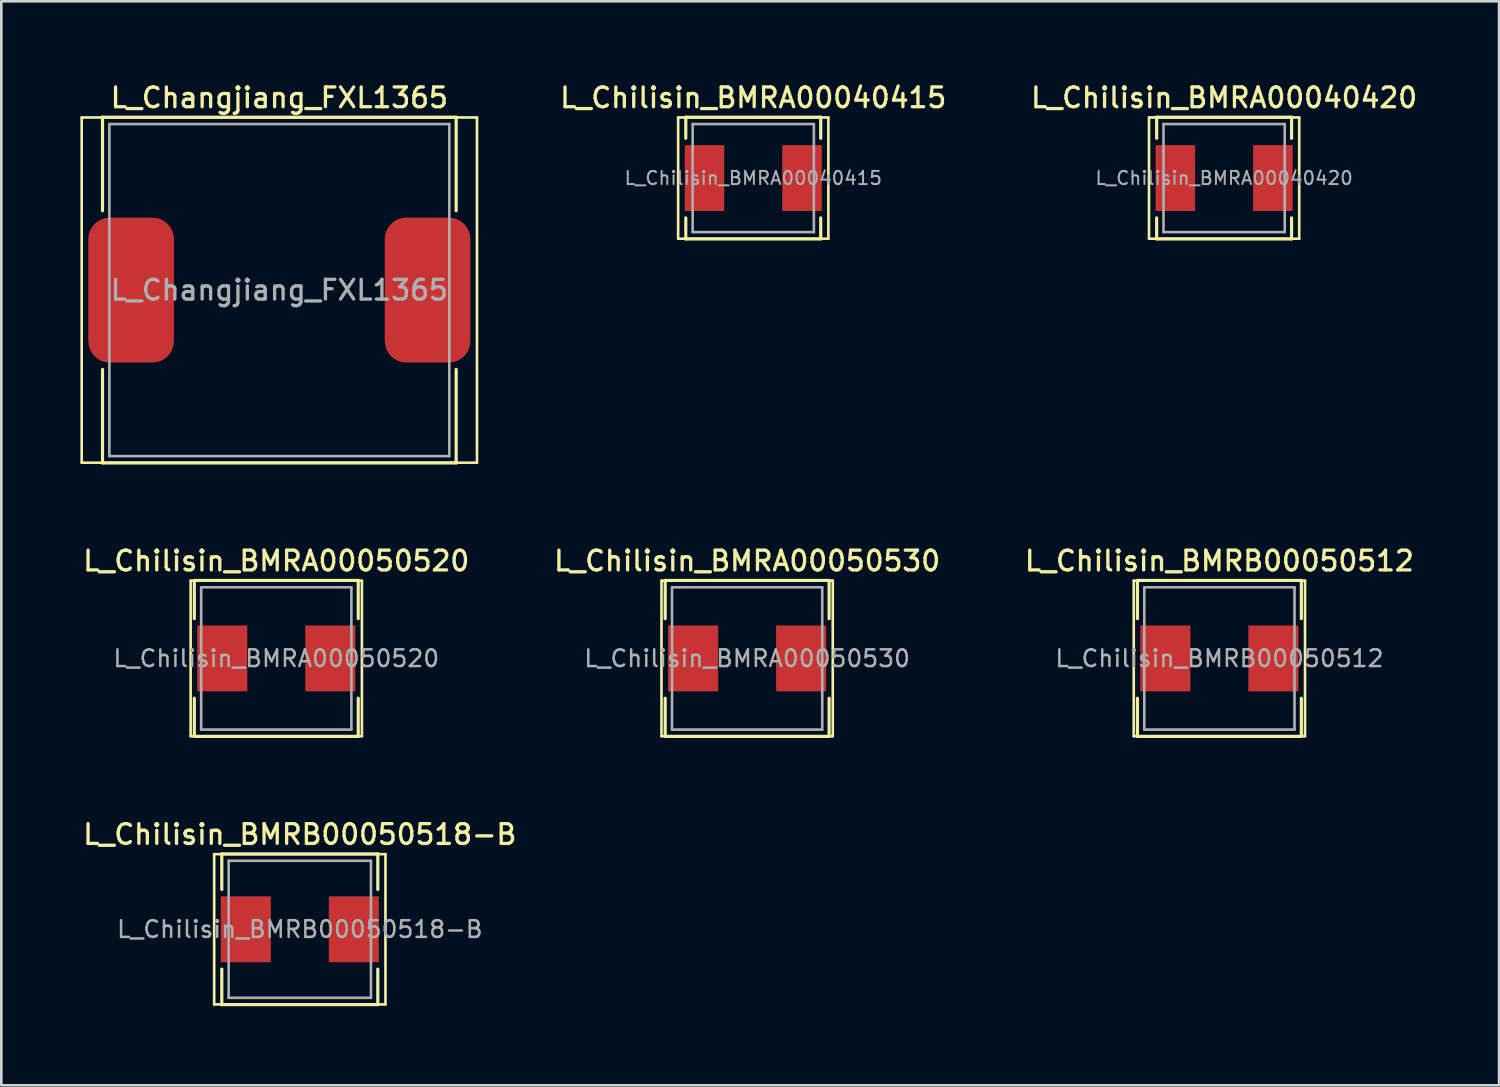
<source format=kicad_pcb>
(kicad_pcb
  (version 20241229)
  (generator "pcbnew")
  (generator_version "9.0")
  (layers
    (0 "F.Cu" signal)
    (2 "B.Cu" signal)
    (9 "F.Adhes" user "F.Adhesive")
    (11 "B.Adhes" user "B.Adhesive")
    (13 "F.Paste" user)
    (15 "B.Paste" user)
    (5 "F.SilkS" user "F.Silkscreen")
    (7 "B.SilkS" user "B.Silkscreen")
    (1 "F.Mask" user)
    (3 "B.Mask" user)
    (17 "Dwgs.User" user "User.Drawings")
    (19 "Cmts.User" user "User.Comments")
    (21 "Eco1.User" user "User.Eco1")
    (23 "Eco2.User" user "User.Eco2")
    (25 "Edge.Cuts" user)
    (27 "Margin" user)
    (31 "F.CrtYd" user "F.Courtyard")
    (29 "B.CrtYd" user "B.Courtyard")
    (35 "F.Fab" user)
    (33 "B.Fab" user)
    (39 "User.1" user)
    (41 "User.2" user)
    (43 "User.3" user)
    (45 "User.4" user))
  (footprint "L_Changjiang_FXL1365"
    (layer "F.Cu")
    (at 7.55 7.958)
    (property "Reference" "L_Changjiang_FXL1365" (at 0 -7.3 0) (layer "F.SilkS") (effects (font (size 0.75 0.75) (thickness 0.125))))
    (attr smd)
    (fp_line (start -7.5 -6.55) (end -7.5 6.55) (stroke (width 0.1) (type solid)) (layer "F.SilkS"))
    (fp_line (start -7.5 6.55) (end 7.5 6.55) (stroke (width 0.1) (type solid)) (layer "F.SilkS"))
    (fp_line (start -6.71 -6.56) (end -6.71 -3.01) (stroke (width 0.12) (type solid)) (layer "F.SilkS"))
    (fp_line (start -6.71 -6.56) (end 6.71 -6.56) (stroke (width 0.12) (type solid)) (layer "F.SilkS"))
    (fp_line (start -6.71 6.56) (end -6.71 3.01) (stroke (width 0.12) (type solid)) (layer "F.SilkS"))
    (fp_line (start -6.71 6.56) (end 6.71 6.56) (stroke (width 0.12) (type solid)) (layer "F.SilkS"))
    (fp_line (start 6.71 -6.56) (end 6.71 -3.01) (stroke (width 0.12) (type solid)) (layer "F.SilkS"))
    (fp_line (start 6.71 6.56) (end 6.71 3.01) (stroke (width 0.12) (type solid)) (layer "F.SilkS"))
    (fp_line (start 7.5 -6.55) (end -7.5 -6.55) (stroke (width 0.1) (type solid)) (layer "F.SilkS"))
    (fp_line (start 7.5 6.55) (end 7.5 -6.55) (stroke (width 0.1) (type solid)) (layer "F.SilkS"))
    (fp_line (start -6.45 -6.3) (end -6.45 6.3) (stroke (width 0.1) (type solid)) (layer "F.Fab"))
    (fp_line (start -6.45 6.3) (end 6.45 6.3) (stroke (width 0.1) (type solid)) (layer "F.Fab"))
    (fp_line (start 6.45 -6.3) (end -6.45 -6.3) (stroke (width 0.1) (type solid)) (layer "F.Fab"))
    (fp_line (start 6.45 6.3) (end 6.45 -6.3) (stroke (width 0.1) (type solid)) (layer "F.Fab"))
    (fp_text user "${REFERENCE}" (at 0 0 0) (layer "F.Fab") (effects (font (size 0.75 0.75) (thickness 0.125))))
    (pad "1" smd roundrect (at -5.625 0) (size 3.25 5.5) (layers "F.Cu" "F.Mask" "F.Paste") (roundrect_rratio 0.25))
    (pad "2" smd roundrect (at 5.625 0) (size 3.25 5.5) (layers "F.Cu" "F.Mask" "F.Paste") (roundrect_rratio 0.25)))
  (footprint "L_Chilisin_BMRA00040420"
    (layer "F.Cu")
    (at 43.402 3.708)
    (property "Reference" "L_Chilisin_BMRA00040420" (at 0 -3.05 0) (layer "F.SilkS") (effects (font (size 0.75 0.75) (thickness 0.125))))
    (attr smd)
    (fp_line (start -2.85 -2.3) (end -2.85 2.3) (stroke (width 0.1) (type solid)) (layer "F.SilkS"))
    (fp_line (start -2.85 2.3) (end 2.85 2.3) (stroke (width 0.1) (type solid)) (layer "F.SilkS"))
    (fp_line (start -2.56 -2.31) (end -2.56 -1.51) (stroke (width 0.12) (type solid)) (layer "F.SilkS"))
    (fp_line (start -2.56 -2.31) (end 2.56 -2.31) (stroke (width 0.12) (type solid)) (layer "F.SilkS"))
    (fp_line (start -2.56 2.31) (end -2.56 1.51) (stroke (width 0.12) (type solid)) (layer "F.SilkS"))
    (fp_line (start -2.56 2.31) (end 2.56 2.31) (stroke (width 0.12) (type solid)) (layer "F.SilkS"))
    (fp_line (start 2.56 -2.31) (end 2.56 -1.51) (stroke (width 0.12) (type solid)) (layer "F.SilkS"))
    (fp_line (start 2.56 2.31) (end 2.56 1.51) (stroke (width 0.12) (type solid)) (layer "F.SilkS"))
    (fp_line (start 2.85 -2.3) (end -2.85 -2.3) (stroke (width 0.1) (type solid)) (layer "F.SilkS"))
    (fp_line (start 2.85 2.3) (end 2.85 -2.3) (stroke (width 0.1) (type solid)) (layer "F.SilkS"))
    (fp_line (start -2.3 -2.05) (end -2.3 2.05) (stroke (width 0.1) (type solid)) (layer "F.Fab"))
    (fp_line (start -2.3 2.05) (end 2.3 2.05) (stroke (width 0.1) (type solid)) (layer "F.Fab"))
    (fp_line (start 2.3 -2.05) (end -2.3 -2.05) (stroke (width 0.1) (type solid)) (layer "F.Fab"))
    (fp_line (start 2.3 2.05) (end 2.3 -2.05) (stroke (width 0.1) (type solid)) (layer "F.Fab"))
    (fp_text user "${REFERENCE}" (at 0 0 0) (layer "F.Fab") (effects (font (size 0.5 0.5) (thickness 0.075))))
    (pad "1" smd rect (at -1.85 0) (size 1.5 2.5) (layers "F.Cu" "F.Mask" "F.Paste"))
    (pad "2" smd rect (at 1.85 0) (size 1.5 2.5) (layers "F.Cu" "F.Mask" "F.Paste")))
  (footprint "L_Chilisin_BMRA00050530"
    (layer "F.Cu")
    (at 25.302 21.936)
    (property "Reference" "L_Chilisin_BMRA00050530" (at 0 -3.7 0) (layer "F.SilkS") (effects (font (size 0.75 0.75) (thickness 0.125))))
    (attr smd)
    (fp_line (start -3.25 -2.95) (end -3.25 2.95) (stroke (width 0.1) (type solid)) (layer "F.SilkS"))
    (fp_line (start -3.25 2.95) (end 3.25 2.95) (stroke (width 0.1) (type solid)) (layer "F.SilkS"))
    (fp_line (start -3.11 -2.96) (end -3.11 -1.51) (stroke (width 0.12) (type solid)) (layer "F.SilkS"))
    (fp_line (start -3.11 -2.96) (end 3.11 -2.96) (stroke (width 0.12) (type solid)) (layer "F.SilkS"))
    (fp_line (start -3.11 2.96) (end -3.11 1.51) (stroke (width 0.12) (type solid)) (layer "F.SilkS"))
    (fp_line (start -3.11 2.96) (end 3.11 2.96) (stroke (width 0.12) (type solid)) (layer "F.SilkS"))
    (fp_line (start 3.11 -2.96) (end 3.11 -1.51) (stroke (width 0.12) (type solid)) (layer "F.SilkS"))
    (fp_line (start 3.11 2.96) (end 3.11 1.51) (stroke (width 0.12) (type solid)) (layer "F.SilkS"))
    (fp_line (start 3.25 -2.95) (end -3.25 -2.95) (stroke (width 0.1) (type solid)) (layer "F.SilkS"))
    (fp_line (start 3.25 2.95) (end 3.25 -2.95) (stroke (width 0.1) (type solid)) (layer "F.SilkS"))
    (fp_line (start -2.85 -2.7) (end -2.85 2.7) (stroke (width 0.1) (type solid)) (layer "F.Fab"))
    (fp_line (start -2.85 2.7) (end 2.85 2.7) (stroke (width 0.1) (type solid)) (layer "F.Fab"))
    (fp_line (start 2.85 -2.7) (end -2.85 -2.7) (stroke (width 0.1) (type solid)) (layer "F.Fab"))
    (fp_line (start 2.85 2.7) (end 2.85 -2.7) (stroke (width 0.1) (type solid)) (layer "F.Fab"))
    (fp_text user "${REFERENCE}" (at 0 0 0) (layer "F.Fab") (effects (font (size 0.633 0.633) (thickness 0.095))))
    (pad "1" smd rect (at -2.05 0) (size 1.9 2.5) (layers "F.Cu" "F.Mask" "F.Paste"))
    (pad "2" smd rect (at 2.05 0) (size 1.9 2.5) (layers "F.Cu" "F.Mask" "F.Paste")))
  (footprint "L_Chilisin_BMRB00050518-B"
    (layer "F.Cu")
    (at 8.327 32.214)
    (property "Reference" "L_Chilisin_BMRB00050518-B" (at 0 -3.6 0) (layer "F.SilkS") (effects (font (size 0.75 0.75) (thickness 0.125))))
    (attr smd)
    (fp_line (start -3.25 -2.85) (end -3.25 2.85) (stroke (width 0.1) (type solid)) (layer "F.SilkS"))
    (fp_line (start -3.25 2.85) (end 3.25 2.85) (stroke (width 0.1) (type solid)) (layer "F.SilkS"))
    (fp_line (start -2.96 -2.86) (end -2.96 -1.51) (stroke (width 0.12) (type solid)) (layer "F.SilkS"))
    (fp_line (start -2.96 -2.86) (end 2.96 -2.86) (stroke (width 0.12) (type solid)) (layer "F.SilkS"))
    (fp_line (start -2.96 2.86) (end -2.96 1.51) (stroke (width 0.12) (type solid)) (layer "F.SilkS"))
    (fp_line (start -2.96 2.86) (end 2.96 2.86) (stroke (width 0.12) (type solid)) (layer "F.SilkS"))
    (fp_line (start 2.96 -2.86) (end 2.96 -1.51) (stroke (width 0.12) (type solid)) (layer "F.SilkS"))
    (fp_line (start 2.96 2.86) (end 2.96 1.51) (stroke (width 0.12) (type solid)) (layer "F.SilkS"))
    (fp_line (start 3.25 -2.85) (end -3.25 -2.85) (stroke (width 0.1) (type solid)) (layer "F.SilkS"))
    (fp_line (start 3.25 2.85) (end 3.25 -2.85) (stroke (width 0.1) (type solid)) (layer "F.SilkS"))
    (fp_line (start -2.7 -2.6) (end -2.7 2.6) (stroke (width 0.1) (type solid)) (layer "F.Fab"))
    (fp_line (start -2.7 2.6) (end 2.7 2.6) (stroke (width 0.1) (type solid)) (layer "F.Fab"))
    (fp_line (start 2.7 -2.6) (end -2.7 -2.6) (stroke (width 0.1) (type solid)) (layer "F.Fab"))
    (fp_line (start 2.7 2.6) (end 2.7 -2.6) (stroke (width 0.1) (type solid)) (layer "F.Fab"))
    (fp_text user "${REFERENCE}" (at 0 0 0) (layer "F.Fab") (effects (font (size 0.633 0.633) (thickness 0.095))))
    (pad "1" smd rect (at -2.05 0) (size 1.9 2.5) (layers "F.Cu" "F.Mask" "F.Paste"))
    (pad "2" smd rect (at 2.05 0) (size 1.9 2.5) (layers "F.Cu" "F.Mask" "F.Paste")))
  (footprint "L_Chilisin_BMRB00050512"
    (layer "F.Cu")
    (at 43.223 21.936)
    (property "Reference" "L_Chilisin_BMRB00050512" (at 0 -3.7 0) (layer "F.SilkS") (effects (font (size 0.75 0.75) (thickness 0.125))))
    (attr smd)
    (fp_line (start -3.25 -2.95) (end -3.25 2.95) (stroke (width 0.1) (type solid)) (layer "F.SilkS"))
    (fp_line (start -3.25 2.95) (end 3.25 2.95) (stroke (width 0.1) (type solid)) (layer "F.SilkS"))
    (fp_line (start -3.11 -2.96) (end -3.11 -1.51) (stroke (width 0.12) (type solid)) (layer "F.SilkS"))
    (fp_line (start -3.11 -2.96) (end 3.11 -2.96) (stroke (width 0.12) (type solid)) (layer "F.SilkS"))
    (fp_line (start -3.11 2.96) (end -3.11 1.51) (stroke (width 0.12) (type solid)) (layer "F.SilkS"))
    (fp_line (start -3.11 2.96) (end 3.11 2.96) (stroke (width 0.12) (type solid)) (layer "F.SilkS"))
    (fp_line (start 3.11 -2.96) (end 3.11 -1.51) (stroke (width 0.12) (type solid)) (layer "F.SilkS"))
    (fp_line (start 3.11 2.96) (end 3.11 1.51) (stroke (width 0.12) (type solid)) (layer "F.SilkS"))
    (fp_line (start 3.25 -2.95) (end -3.25 -2.95) (stroke (width 0.1) (type solid)) (layer "F.SilkS"))
    (fp_line (start 3.25 2.95) (end 3.25 -2.95) (stroke (width 0.1) (type solid)) (layer "F.SilkS"))
    (fp_line (start -2.85 -2.7) (end -2.85 2.7) (stroke (width 0.1) (type solid)) (layer "F.Fab"))
    (fp_line (start -2.85 2.7) (end 2.85 2.7) (stroke (width 0.1) (type solid)) (layer "F.Fab"))
    (fp_line (start 2.85 -2.7) (end -2.85 -2.7) (stroke (width 0.1) (type solid)) (layer "F.Fab"))
    (fp_line (start 2.85 2.7) (end 2.85 -2.7) (stroke (width 0.1) (type solid)) (layer "F.Fab"))
    (fp_text user "${REFERENCE}" (at 0 0 0) (layer "F.Fab") (effects (font (size 0.633 0.633) (thickness 0.095))))
    (pad "1" smd rect (at -2.05 0) (size 1.9 2.5) (layers "F.Cu" "F.Mask" "F.Paste"))
    (pad "2" smd rect (at 2.05 0) (size 1.9 2.5) (layers "F.Cu" "F.Mask" "F.Paste")))
  (footprint "L_Chilisin_BMRA00040415"
    (layer "F.Cu")
    (at 25.534 3.708)
    (property "Reference" "L_Chilisin_BMRA00040415" (at 0 -3.05 0) (layer "F.SilkS") (effects (font (size 0.75 0.75) (thickness 0.125))))
    (attr smd)
    (fp_line (start -2.85 -2.3) (end -2.85 2.3) (stroke (width 0.1) (type solid)) (layer "F.SilkS"))
    (fp_line (start -2.85 2.3) (end 2.85 2.3) (stroke (width 0.1) (type solid)) (layer "F.SilkS"))
    (fp_line (start -2.56 -2.31) (end -2.56 -1.51) (stroke (width 0.12) (type solid)) (layer "F.SilkS"))
    (fp_line (start -2.56 -2.31) (end 2.56 -2.31) (stroke (width 0.12) (type solid)) (layer "F.SilkS"))
    (fp_line (start -2.56 2.31) (end -2.56 1.51) (stroke (width 0.12) (type solid)) (layer "F.SilkS"))
    (fp_line (start -2.56 2.31) (end 2.56 2.31) (stroke (width 0.12) (type solid)) (layer "F.SilkS"))
    (fp_line (start 2.56 -2.31) (end 2.56 -1.51) (stroke (width 0.12) (type solid)) (layer "F.SilkS"))
    (fp_line (start 2.56 2.31) (end 2.56 1.51) (stroke (width 0.12) (type solid)) (layer "F.SilkS"))
    (fp_line (start 2.85 -2.3) (end -2.85 -2.3) (stroke (width 0.1) (type solid)) (layer "F.SilkS"))
    (fp_line (start 2.85 2.3) (end 2.85 -2.3) (stroke (width 0.1) (type solid)) (layer "F.SilkS"))
    (fp_line (start -2.3 -2.05) (end -2.3 2.05) (stroke (width 0.1) (type solid)) (layer "F.Fab"))
    (fp_line (start -2.3 2.05) (end 2.3 2.05) (stroke (width 0.1) (type solid)) (layer "F.Fab"))
    (fp_line (start 2.3 -2.05) (end -2.3 -2.05) (stroke (width 0.1) (type solid)) (layer "F.Fab"))
    (fp_line (start 2.3 2.05) (end 2.3 -2.05) (stroke (width 0.1) (type solid)) (layer "F.Fab"))
    (fp_text user "${REFERENCE}" (at 0 0 0) (layer "F.Fab") (effects (font (size 0.5 0.5) (thickness 0.075))))
    (pad "1" smd rect (at -1.85 0) (size 1.5 2.5) (layers "F.Cu" "F.Mask" "F.Paste"))
    (pad "2" smd rect (at 1.85 0) (size 1.5 2.5) (layers "F.Cu" "F.Mask" "F.Paste")))
  (footprint "L_Chilisin_BMRA00050520"
    (layer "F.Cu")
    (at 7.434 21.936)
    (property "Reference" "L_Chilisin_BMRA00050520" (at 0 -3.7 0) (layer "F.SilkS") (effects (font (size 0.75 0.75) (thickness 0.125))))
    (attr smd)
    (fp_line (start -3.25 -2.95) (end -3.25 2.95) (stroke (width 0.1) (type solid)) (layer "F.SilkS"))
    (fp_line (start -3.25 2.95) (end 3.25 2.95) (stroke (width 0.1) (type solid)) (layer "F.SilkS"))
    (fp_line (start -3.11 -2.96) (end -3.11 -1.51) (stroke (width 0.12) (type solid)) (layer "F.SilkS"))
    (fp_line (start -3.11 -2.96) (end 3.11 -2.96) (stroke (width 0.12) (type solid)) (layer "F.SilkS"))
    (fp_line (start -3.11 2.96) (end -3.11 1.51) (stroke (width 0.12) (type solid)) (layer "F.SilkS"))
    (fp_line (start -3.11 2.96) (end 3.11 2.96) (stroke (width 0.12) (type solid)) (layer "F.SilkS"))
    (fp_line (start 3.11 -2.96) (end 3.11 -1.51) (stroke (width 0.12) (type solid)) (layer "F.SilkS"))
    (fp_line (start 3.11 2.96) (end 3.11 1.51) (stroke (width 0.12) (type solid)) (layer "F.SilkS"))
    (fp_line (start 3.25 -2.95) (end -3.25 -2.95) (stroke (width 0.1) (type solid)) (layer "F.SilkS"))
    (fp_line (start 3.25 2.95) (end 3.25 -2.95) (stroke (width 0.1) (type solid)) (layer "F.SilkS"))
    (fp_line (start -2.85 -2.7) (end -2.85 2.7) (stroke (width 0.1) (type solid)) (layer "F.Fab"))
    (fp_line (start -2.85 2.7) (end 2.85 2.7) (stroke (width 0.1) (type solid)) (layer "F.Fab"))
    (fp_line (start 2.85 -2.7) (end -2.85 -2.7) (stroke (width 0.1) (type solid)) (layer "F.Fab"))
    (fp_line (start 2.85 2.7) (end 2.85 -2.7) (stroke (width 0.1) (type solid)) (layer "F.Fab"))
    (fp_text user "${REFERENCE}" (at 0 0 0) (layer "F.Fab") (effects (font (size 0.633 0.633) (thickness 0.095))))
    (pad "1" smd rect (at -2.05 0) (size 1.9 2.5) (layers "F.Cu" "F.Mask" "F.Paste"))
    (pad "2" smd rect (at 2.05 0) (size 1.9 2.5) (layers "F.Cu" "F.Mask" "F.Paste")))
  (gr_rect
    (start -3 -3)
    (end 53.836 38.134)
    (stroke (width 0.1) (type default))
    (fill no)
    (layer "Edge.Cuts")))
</source>
